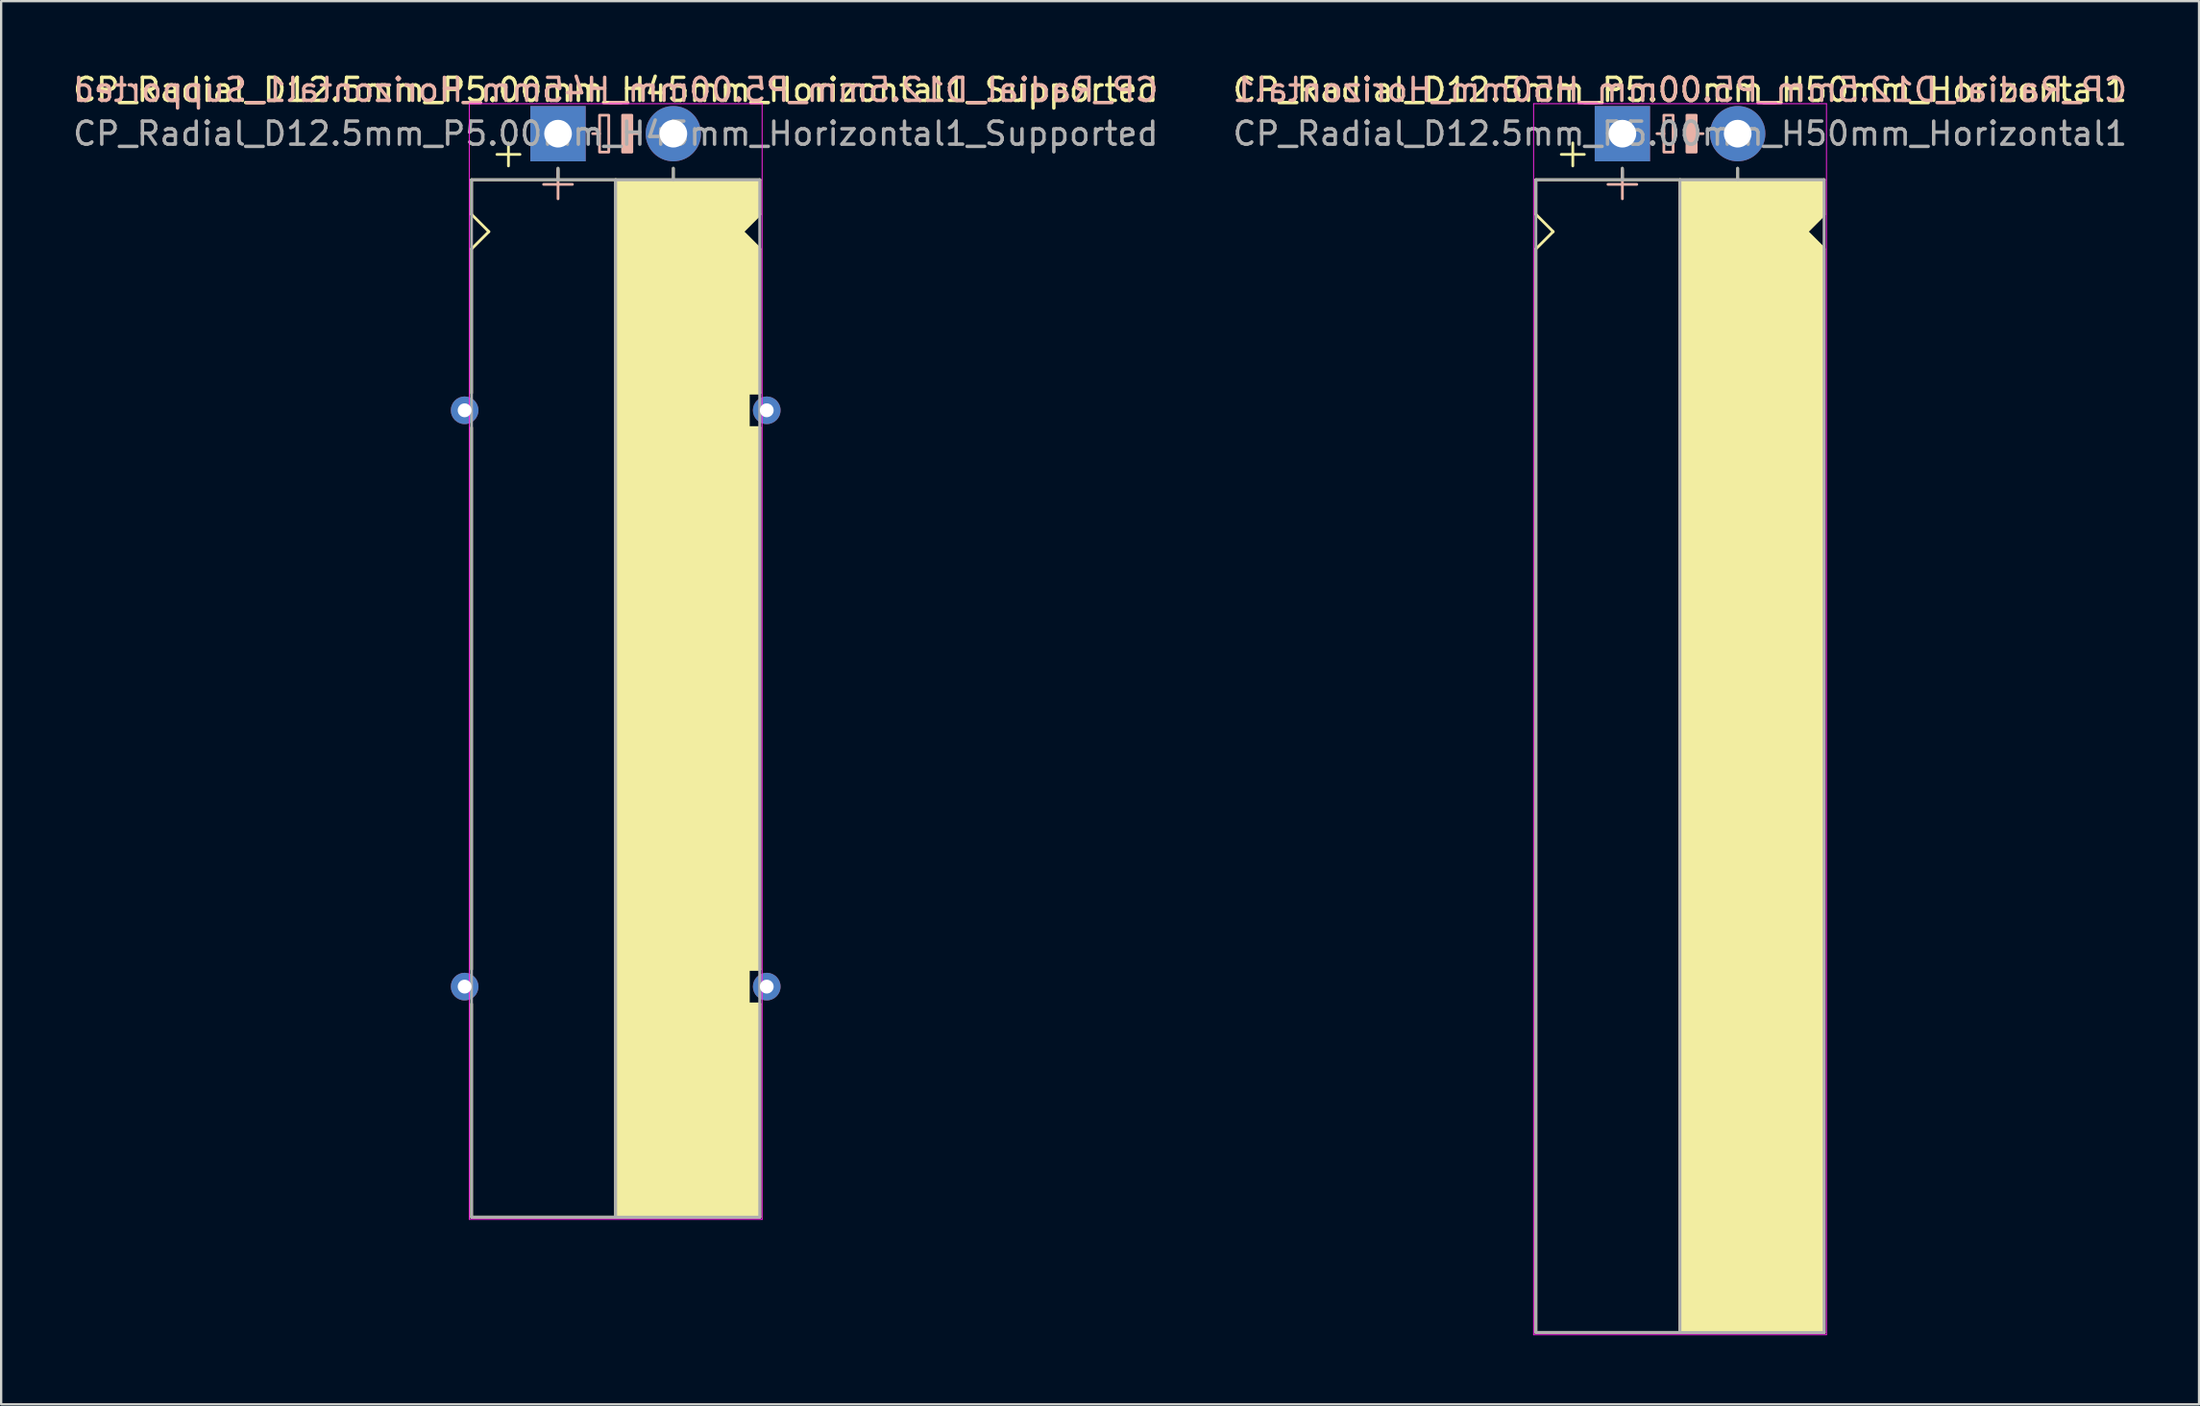
<source format=kicad_pcb>
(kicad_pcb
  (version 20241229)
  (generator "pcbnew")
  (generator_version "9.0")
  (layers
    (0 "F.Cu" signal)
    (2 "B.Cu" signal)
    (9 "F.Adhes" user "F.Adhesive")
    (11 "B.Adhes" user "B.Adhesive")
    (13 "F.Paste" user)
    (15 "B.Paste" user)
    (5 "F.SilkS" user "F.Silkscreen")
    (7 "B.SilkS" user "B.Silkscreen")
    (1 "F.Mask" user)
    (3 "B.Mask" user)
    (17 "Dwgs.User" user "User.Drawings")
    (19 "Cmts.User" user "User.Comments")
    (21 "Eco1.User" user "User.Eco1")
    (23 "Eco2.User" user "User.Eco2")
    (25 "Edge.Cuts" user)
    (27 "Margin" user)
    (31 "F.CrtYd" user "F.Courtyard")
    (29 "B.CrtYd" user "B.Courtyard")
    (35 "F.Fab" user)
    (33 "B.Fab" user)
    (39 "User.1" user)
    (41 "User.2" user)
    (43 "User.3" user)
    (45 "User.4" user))
  (footprint "CP_Radial_D12.5mm_P5.00mm_H45mm_Horizontal1_Supported"
    (layer "F.Cu")
    (at 21.149 2.748)
    (property "Reference" "CP_Radial_D12.5mm_P5.00mm_H45mm_Horizontal1_Supported" (at 2.5 -1.9 180) (layer "F.SilkS") (effects (font (size 1 1) (thickness 0.15))))
    (fp_line (start -3.75 2) (end -3.75 3.5) (stroke (width 0.12) (type solid)) (layer "F.SilkS"))
    (fp_line (start -3.75 3.5) (end -3 4.25) (stroke (width 0.12) (type solid)) (layer "F.SilkS"))
    (fp_line (start -3.75 5) (end -3.75 11.25) (stroke (width 0.12) (type solid)) (layer "F.SilkS"))
    (fp_line (start -3.75 12.75) (end -3.75 36.25) (stroke (width 0.12) (type solid)) (layer "F.SilkS"))
    (fp_line (start -3.75 47) (end -3.75 37.75) (stroke (width 0.12) (type solid)) (layer "F.SilkS"))
    (fp_line (start -3 4.25) (end -3.75 5) (stroke (width 0.12) (type solid)) (layer "F.SilkS"))
    (fp_line (start -2.15 0.4) (end -2.15 1.4) (stroke (width 0.12) (type solid)) (layer "F.SilkS"))
    (fp_line (start -1.65 0.9) (end -2.65 0.9) (stroke (width 0.12) (type solid)) (layer "F.SilkS"))
    (fp_line (start 0 1.5) (end 0 2) (stroke (width 0.12) (type solid)) (layer "F.SilkS"))
    (fp_line (start 2.5 2) (end -3.75 2) (stroke (width 0.12) (type solid)) (layer "F.SilkS"))
    (fp_line (start 2.5 2) (end 2.5 47) (stroke (width 0.12) (type solid)) (layer "F.SilkS"))
    (fp_line (start 2.5 2) (end 8.75 2) (stroke (width 0.12) (type solid)) (layer "F.SilkS"))
    (fp_line (start 5 1.5) (end 5 2) (stroke (width 0.12) (type solid)) (layer "F.SilkS"))
    (fp_line (start 8 4.25) (end 8.75 5) (stroke (width 0.12) (type solid)) (layer "F.SilkS"))
    (fp_line (start 8.25 11.25) (end 8.75 11.25) (stroke (width 0.12) (type solid)) (layer "F.SilkS"))
    (fp_line (start 8.25 12.75) (end 8.25 11.25) (stroke (width 0.12) (type solid)) (layer "F.SilkS"))
    (fp_line (start 8.25 36.25) (end 8.75 36.25) (stroke (width 0.12) (type solid)) (layer "F.SilkS"))
    (fp_line (start 8.25 37.75) (end 8.25 36.25) (stroke (width 0.12) (type solid)) (layer "F.SilkS"))
    (fp_line (start 8.75 2) (end 8.75 3.5) (stroke (width 0.12) (type solid)) (layer "F.SilkS"))
    (fp_line (start 8.75 3.5) (end 8 4.25) (stroke (width 0.12) (type solid)) (layer "F.SilkS"))
    (fp_line (start 8.75 5) (end 8.75 11.25) (stroke (width 0.12) (type solid)) (layer "F.SilkS"))
    (fp_line (start 8.75 12.75) (end 8.25 12.75) (stroke (width 0.12) (type solid)) (layer "F.SilkS"))
    (fp_line (start 8.75 12.75) (end 8.75 36.25) (stroke (width 0.12) (type solid)) (layer "F.SilkS"))
    (fp_line (start 8.75 37.75) (end 8.25 37.75) (stroke (width 0.12) (type solid)) (layer "F.SilkS"))
    (fp_line (start 8.75 47) (end -3.75 47) (stroke (width 0.12) (type solid)) (layer "F.SilkS"))
    (fp_line (start 8.75 47) (end 8.75 37.75) (stroke (width 0.12) (type solid)) (layer "F.SilkS"))
    (fp_poly (pts (xy 8.75 3.5) (xy 8 4.25) (xy 8.75 5) (xy 8.75 11.25) (xy 8.25 11.25) (xy 8.25 12.75) (xy 8.75 12.75) (xy 8.75 36.25) (xy 8.25 36.25) (xy 8.25 37.75) (xy 8.75 37.75) (xy 8.75 47) (xy 2.5 47) (xy 2.5 2) (xy 8.75 2)) (stroke (width 0.1) (type solid)) (fill yes) (layer "F.SilkS"))
    (fp_line (start 0 1.575) (end 0 2.825) (stroke (width 0.12) (type solid)) (layer "B.SilkS"))
    (fp_line (start 0.625 2.2) (end -0.625 2.2) (stroke (width 0.12) (type solid)) (layer "B.SilkS"))
    (fp_line (start 1.8 0) (end 1.5 0) (stroke (width 0.12) (type solid)) (layer "B.SilkS"))
    (fp_line (start 3.5 0) (end 3.2 0) (stroke (width 0.12) (type solid)) (layer "B.SilkS"))
    (fp_rect (start 2.2 -0.8) (end 1.8 0.8) (stroke (width 0.12) (type solid)) (fill no) (layer "B.SilkS"))
    (fp_rect (start 3.2 -0.8) (end 2.8 0.8) (stroke (width 0.12) (type solid)) (fill yes) (layer "B.SilkS"))
    (fp_line (start -3.85 -1.3) (end 8.85 -1.3) (stroke (width 0.04) (type solid)) (layer "F.CrtYd"))
    (fp_line (start -3.85 47.1) (end -3.85 -1.3) (stroke (width 0.04) (type solid)) (layer "F.CrtYd"))
    (fp_line (start 8.85 -1.3) (end 8.85 47.1) (stroke (width 0.04) (type solid)) (layer "F.CrtYd"))
    (fp_line (start 8.85 47.1) (end -3.85 47.1) (stroke (width 0.04) (type solid)) (layer "F.CrtYd"))
    (fp_line (start -3.75 2) (end -3.75 47) (stroke (width 0.12) (type solid)) (layer "F.Fab"))
    (fp_line (start -3.75 47) (end 8.75 47) (stroke (width 0.12) (type solid)) (layer "F.Fab"))
    (fp_line (start 0 1.5) (end 0 2) (stroke (width 0.12) (type solid)) (layer "F.Fab"))
    (fp_line (start 0 2) (end -3.75 2) (stroke (width 0.12) (type solid)) (layer "F.Fab"))
    (fp_line (start 2.5 2) (end 2.5 47) (stroke (width 0.12) (type solid)) (layer "F.Fab"))
    (fp_line (start 5 2) (end 5 1.5) (stroke (width 0.12) (type solid)) (layer "F.Fab"))
    (fp_line (start 8.75 2) (end 0 2) (stroke (width 0.12) (type solid)) (layer "F.Fab"))
    (fp_line (start 8.75 47) (end 8.75 2) (stroke (width 0.12) (type solid)) (layer "F.Fab"))
    (fp_poly (pts (xy 8.75 47) (xy 2.5 47) (xy 2.5 2) (xy 8.75 2)) (stroke (width 0.1) (type solid)) (fill no) (layer "F.Fab"))
    (fp_text user "${REFERENCE}" (at 2.5 -1.9 0) (layer "B.SilkS") (effects (font (size 1 1) (thickness 0.15)) (justify mirror)))
    (fp_text user "${REFERENCE}" (at 2.5 0 0) (layer "F.Fab") (effects (font (size 1 1) (thickness 0.15))))
    (pad "1" thru_hole rect (at 0 0) (size 2.4 2.4) (drill 1.2) (layers "*.Cu" "*.Mask"))
    (pad "2" thru_hole circle (at 5 0) (size 2.4 2.4) (drill 1.2) (layers "*.Cu" "*.Mask"))
    (pad "~" thru_hole circle (at -4.05 12) (size 1.2 1.2) (drill 0.6) (layers "*.Cu" "*.Mask"))
    (pad "~" thru_hole circle (at -4.05 37) (size 1.2 1.2) (drill 0.6) (layers "*.Cu" "*.Mask"))
    (pad "~" thru_hole circle (at 9.05 12) (size 1.2 1.2) (drill 0.6) (layers "*.Cu" "*.Mask"))
    (pad "~" thru_hole circle (at 9.05 37) (size 1.2 1.2) (drill 0.6) (layers "*.Cu" "*.Mask")))
  (footprint "CP_Radial_D12.5mm_P5.00mm_H50mm_Horizontal1"
    (layer "F.Cu")
    (at 67.304 2.748)
    (property "Reference" "CP_Radial_D12.5mm_P5.00mm_H50mm_Horizontal1" (at 2.5 -1.9 180) (layer "F.SilkS") (effects (font (size 1 1) (thickness 0.15))))
    (fp_line (start -3.75 2) (end -3.75 3.5) (stroke (width 0.12) (type solid)) (layer "F.SilkS"))
    (fp_line (start -3.75 3.5) (end -3 4.25) (stroke (width 0.12) (type solid)) (layer "F.SilkS"))
    (fp_line (start -3.75 5) (end -3.75 52) (stroke (width 0.12) (type solid)) (layer "F.SilkS"))
    (fp_line (start -3 4.25) (end -3.75 5) (stroke (width 0.12) (type solid)) (layer "F.SilkS"))
    (fp_line (start -2.15 0.4) (end -2.15 1.4) (stroke (width 0.12) (type solid)) (layer "F.SilkS"))
    (fp_line (start -1.65 0.9) (end -2.65 0.9) (stroke (width 0.12) (type solid)) (layer "F.SilkS"))
    (fp_line (start 0 1.5) (end 0 2) (stroke (width 0.12) (type solid)) (layer "F.SilkS"))
    (fp_line (start 2.5 2) (end -3.75 2) (stroke (width 0.12) (type solid)) (layer "F.SilkS"))
    (fp_line (start 2.5 2) (end 2.5 52) (stroke (width 0.12) (type solid)) (layer "F.SilkS"))
    (fp_line (start 2.5 2) (end 8.75 2) (stroke (width 0.12) (type solid)) (layer "F.SilkS"))
    (fp_line (start 5 1.5) (end 5 2) (stroke (width 0.12) (type solid)) (layer "F.SilkS"))
    (fp_line (start 8 4.25) (end 8.75 5) (stroke (width 0.12) (type solid)) (layer "F.SilkS"))
    (fp_line (start 8.75 2) (end 8.75 3.5) (stroke (width 0.12) (type solid)) (layer "F.SilkS"))
    (fp_line (start 8.75 3.5) (end 8 4.25) (stroke (width 0.12) (type solid)) (layer "F.SilkS"))
    (fp_line (start 8.75 5) (end 8.75 52) (stroke (width 0.12) (type solid)) (layer "F.SilkS"))
    (fp_line (start 8.75 52) (end -3.75 52) (stroke (width 0.12) (type solid)) (layer "F.SilkS"))
    (fp_poly (pts (xy 8.75 3.5) (xy 8 4.25) (xy 8.75 5) (xy 8.75 52) (xy 2.5 52) (xy 2.5 2) (xy 8.75 2)) (stroke (width 0.1) (type solid)) (fill yes) (layer "F.SilkS"))
    (fp_line (start 0 1.575) (end 0 2.825) (stroke (width 0.12) (type solid)) (layer "B.SilkS"))
    (fp_line (start 0.625 2.2) (end -0.625 2.2) (stroke (width 0.12) (type solid)) (layer "B.SilkS"))
    (fp_line (start 1.8 0) (end 1.5 0) (stroke (width 0.12) (type solid)) (layer "B.SilkS"))
    (fp_line (start 3.5 0) (end 3.2 0) (stroke (width 0.12) (type solid)) (layer "B.SilkS"))
    (fp_rect (start 2.2 -0.8) (end 1.8 0.8) (stroke (width 0.12) (type solid)) (fill no) (layer "B.SilkS"))
    (fp_rect (start 3.2 -0.8) (end 2.8 0.8) (stroke (width 0.12) (type solid)) (fill yes) (layer "B.SilkS"))
    (fp_line (start -3.85 -1.3) (end 8.85 -1.3) (stroke (width 0.04) (type solid)) (layer "F.CrtYd"))
    (fp_line (start -3.85 52.1) (end -3.85 -1.3) (stroke (width 0.04) (type solid)) (layer "F.CrtYd"))
    (fp_line (start 8.85 -1.3) (end 8.85 52.1) (stroke (width 0.04) (type solid)) (layer "F.CrtYd"))
    (fp_line (start 8.85 52.1) (end -3.85 52.1) (stroke (width 0.04) (type solid)) (layer "F.CrtYd"))
    (fp_line (start -3.75 2) (end -3.75 52) (stroke (width 0.12) (type solid)) (layer "F.Fab"))
    (fp_line (start -3.75 52) (end 8.75 52) (stroke (width 0.12) (type solid)) (layer "F.Fab"))
    (fp_line (start 0 1.5) (end 0 2) (stroke (width 0.12) (type solid)) (layer "F.Fab"))
    (fp_line (start 0 2) (end -3.75 2) (stroke (width 0.12) (type solid)) (layer "F.Fab"))
    (fp_line (start 2.5 2) (end 2.5 52) (stroke (width 0.12) (type solid)) (layer "F.Fab"))
    (fp_line (start 5 2) (end 5 1.5) (stroke (width 0.12) (type solid)) (layer "F.Fab"))
    (fp_line (start 8.75 2) (end 0 2) (stroke (width 0.12) (type solid)) (layer "F.Fab"))
    (fp_line (start 8.75 52) (end 8.75 2) (stroke (width 0.12) (type solid)) (layer "F.Fab"))
    (fp_poly (pts (xy 8.75 52) (xy 2.5 52) (xy 2.5 2) (xy 8.75 2)) (stroke (width 0.1) (type solid)) (fill no) (layer "F.Fab"))
    (fp_text user "${REFERENCE}" (at 2.5 -1.9 0) (layer "B.SilkS") (effects (font (size 1 1) (thickness 0.15)) (justify mirror)))
    (fp_text user "${REFERENCE}" (at 2.5 0 0) (layer "F.Fab") (effects (font (size 1 1) (thickness 0.15))))
    (pad "1" thru_hole rect (at 0 0) (size 2.4 2.4) (drill 1.2) (layers "*.Cu" "*.Mask"))
    (pad "2" thru_hole circle (at 5 0) (size 2.4 2.4) (drill 1.2) (layers "*.Cu" "*.Mask")))
  (gr_rect
    (start -3 -3)
    (end 92.31 57.868)
    (stroke (width 0.1) (type default))
    (fill no)
    (layer "Edge.Cuts")))
</source>
